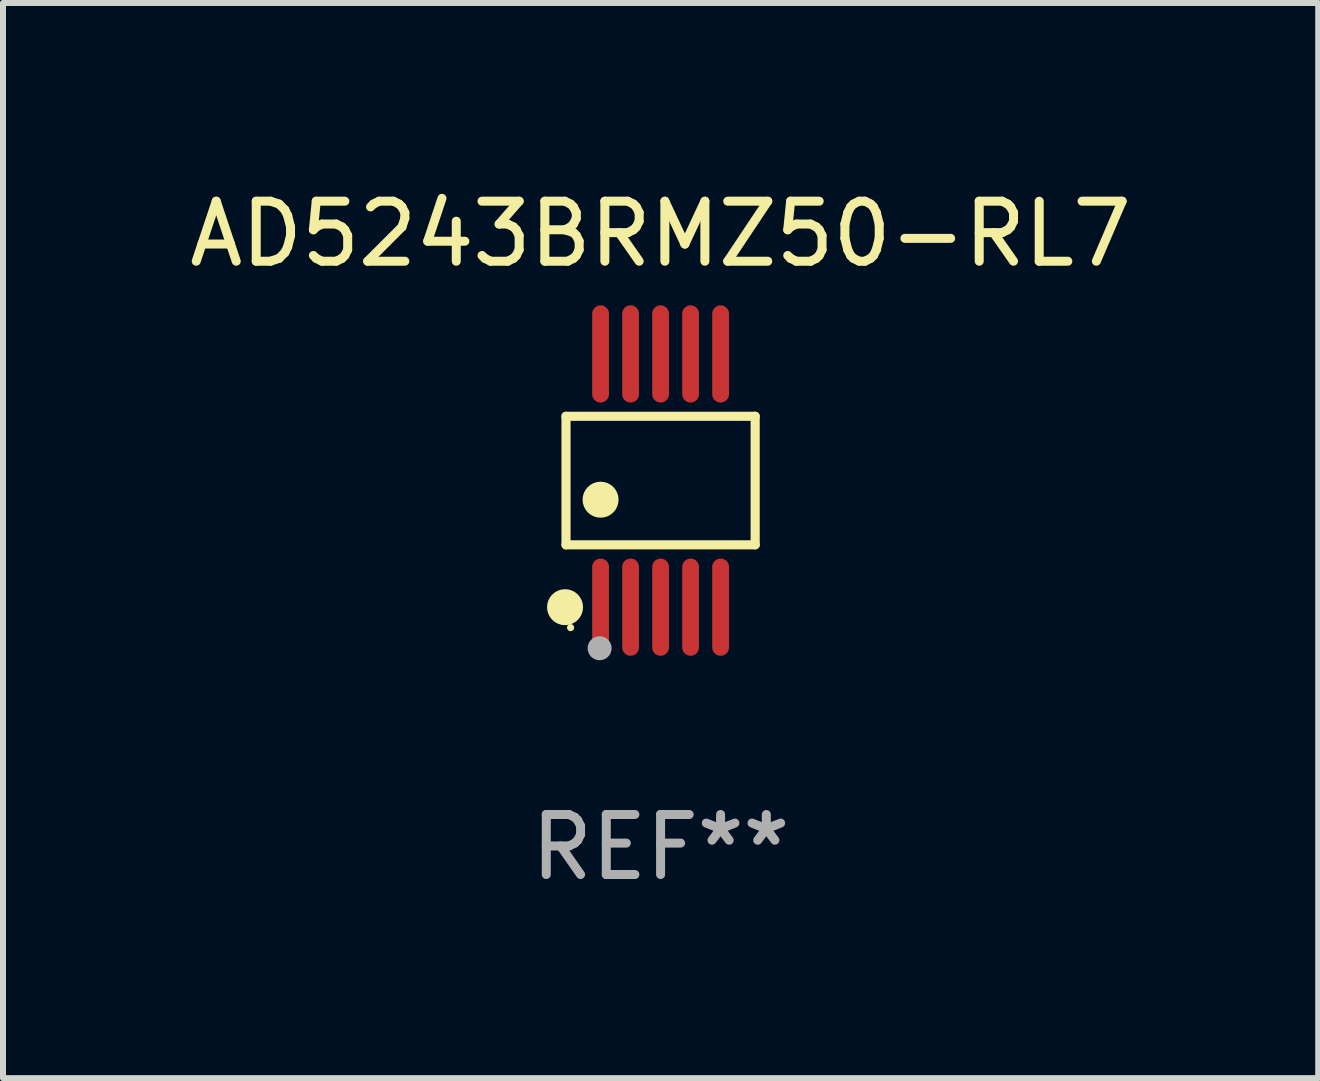
<source format=kicad_pcb>
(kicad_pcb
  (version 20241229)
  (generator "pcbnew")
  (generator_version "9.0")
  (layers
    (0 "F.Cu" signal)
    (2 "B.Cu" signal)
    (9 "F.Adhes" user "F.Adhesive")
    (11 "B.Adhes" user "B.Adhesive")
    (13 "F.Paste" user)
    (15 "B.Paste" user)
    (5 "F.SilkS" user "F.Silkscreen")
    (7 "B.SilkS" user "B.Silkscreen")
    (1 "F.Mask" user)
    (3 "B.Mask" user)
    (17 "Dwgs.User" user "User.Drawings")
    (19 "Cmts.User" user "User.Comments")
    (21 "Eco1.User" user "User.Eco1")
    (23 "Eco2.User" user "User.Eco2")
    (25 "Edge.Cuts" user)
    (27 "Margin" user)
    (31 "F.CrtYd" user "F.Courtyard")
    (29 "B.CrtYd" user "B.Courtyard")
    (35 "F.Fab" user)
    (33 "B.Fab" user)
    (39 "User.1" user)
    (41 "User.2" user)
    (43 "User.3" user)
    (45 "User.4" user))
  (footprint "AD5243BRMZ50-RL7"
    (layer "F.Cu")
    (at 7.958 4.958)
    (property "Reference" "AD5243BRMZ50-RL7" (at 0 -4.11 0) (layer "F.SilkS") (effects (font (size 1 1) (thickness 0.15))))
    (attr through_hole)
    (fp_line (start -1.576 -1.071) (end 1.576 -1.071) (stroke (width 0.152) (type solid)) (layer "F.SilkS"))
    (fp_line (start -1.576 1.071) (end -1.576 -1.071) (stroke (width 0.152) (type solid)) (layer "F.SilkS"))
    (fp_line (start 1.576 -1.071) (end 1.576 1.071) (stroke (width 0.152) (type solid)) (layer "F.SilkS"))
    (fp_line (start 1.576 1.071) (end -1.576 1.071) (stroke (width 0.152) (type solid)) (layer "F.SilkS"))
    (fp_circle (center -1.592 2.11) (end -1.442 2.11) (stroke (width 0.3) (type solid)) (fill no) (layer "F.SilkS"))
    (fp_circle (center -1.5 2.45) (end -1.47 2.45) (stroke (width 0.06) (type solid)) (fill no) (layer "F.SilkS"))
    (fp_circle (center -1 0.319) (end -0.85 0.319) (stroke (width 0.3) (type solid)) (fill no) (layer "F.SilkS"))
    (fp_circle (center -1.016 2.794) (end -0.916 2.794) (stroke (width 0.2) (type solid)) (fill no) (layer "F.Fab"))
    (fp_text user "REF**" (at 0 6.11 0) (layer "F.Fab") (effects (font (size 1 1) (thickness 0.15))))
    (pad "1" smd oval (at -1 2.11) (size 0.28 1.62) (layers "F.Cu" "F.Mask" "F.Paste"))
    (pad "2" smd oval (at -0.5 2.11) (size 0.28 1.62) (layers "F.Cu" "F.Mask" "F.Paste"))
    (pad "3" smd oval (at 0 2.11) (size 0.28 1.62) (layers "F.Cu" "F.Mask" "F.Paste"))
    (pad "4" smd oval (at 0.5 2.11) (size 0.28 1.62) (layers "F.Cu" "F.Mask" "F.Paste"))
    (pad "5" smd oval (at 1 2.11) (size 0.28 1.62) (layers "F.Cu" "F.Mask" "F.Paste"))
    (pad "6" smd oval (at 1 -2.11) (size 0.28 1.62) (layers "F.Cu" "F.Mask" "F.Paste"))
    (pad "7" smd oval (at 0.5 -2.11) (size 0.28 1.62) (layers "F.Cu" "F.Mask" "F.Paste"))
    (pad "8" smd oval (at 0 -2.11) (size 0.28 1.62) (layers "F.Cu" "F.Mask" "F.Paste"))
    (pad "9" smd oval (at -0.5 -2.11) (size 0.28 1.62) (layers "F.Cu" "F.Mask" "F.Paste"))
    (pad "10" smd oval (at -1 -2.11) (size 0.28 1.62) (layers "F.Cu" "F.Mask" "F.Paste")))
  (gr_rect
    (start -3 -3)
    (end 18.917 14.916)
    (stroke (width 0.1) (type default))
    (fill no)
    (layer "Edge.Cuts")))
</source>
